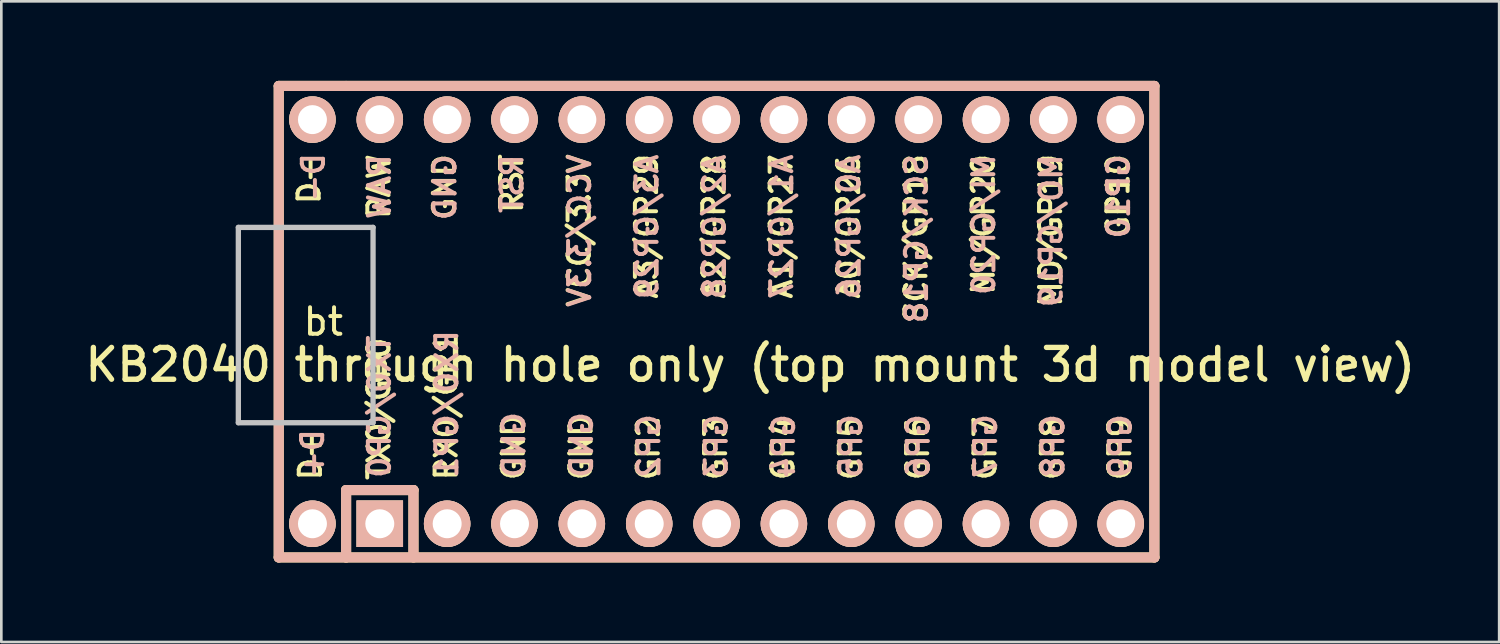
<source format=kicad_pcb>
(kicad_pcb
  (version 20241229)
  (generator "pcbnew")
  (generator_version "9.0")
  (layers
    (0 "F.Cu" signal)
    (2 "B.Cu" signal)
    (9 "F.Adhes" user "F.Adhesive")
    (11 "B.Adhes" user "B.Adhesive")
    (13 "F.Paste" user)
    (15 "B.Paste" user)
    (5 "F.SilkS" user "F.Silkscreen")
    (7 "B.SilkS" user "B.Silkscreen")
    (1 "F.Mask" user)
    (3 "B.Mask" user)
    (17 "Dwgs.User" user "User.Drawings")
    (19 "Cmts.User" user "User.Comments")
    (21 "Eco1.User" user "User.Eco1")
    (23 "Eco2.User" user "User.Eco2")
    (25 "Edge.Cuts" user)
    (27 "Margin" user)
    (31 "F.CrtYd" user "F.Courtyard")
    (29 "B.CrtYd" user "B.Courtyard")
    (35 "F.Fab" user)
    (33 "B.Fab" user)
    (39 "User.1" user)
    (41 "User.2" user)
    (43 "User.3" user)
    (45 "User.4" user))
  (footprint "KB2040 through hole only (top mount 3d model view)"
    (layer "F.Cu")
    (at 25.242 9.081)
    (property "Reference" "KB2040 through hole only (top mount 3d model view)" (at 0 1.625 0) (layer "F.SilkS") (effects (font (size 1.2 1.2) (thickness 0.203))))
    (attr through_hole)
    (fp_line (start -17.78 -8.89) (end -17.78 8.89) (stroke (width 0.381) (type solid)) (layer "F.SilkS"))
    (fp_line (start -17.78 8.89) (end -15.24 8.89) (stroke (width 0.381) (type solid)) (layer "F.SilkS"))
    (fp_line (start -15.24 -8.89) (end -17.78 -8.89) (stroke (width 0.381) (type solid)) (layer "F.SilkS"))
    (fp_line (start -15.24 6.35) (end -15.24 8.89) (stroke (width 0.381) (type solid)) (layer "F.SilkS"))
    (fp_line (start -15.24 6.35) (end -12.7 6.35) (stroke (width 0.381) (type solid)) (layer "F.SilkS"))
    (fp_line (start -15.24 8.89) (end 15.24 8.89) (stroke (width 0.381) (type solid)) (layer "F.SilkS"))
    (fp_line (start -12.7 6.35) (end -12.7 8.89) (stroke (width 0.381) (type solid)) (layer "F.SilkS"))
    (fp_line (start 15.24 -8.89) (end -15.24 -8.89) (stroke (width 0.381) (type solid)) (layer "F.SilkS"))
    (fp_line (start 15.24 8.89) (end 15.24 -8.89) (stroke (width 0.381) (type solid)) (layer "F.SilkS"))
    (fp_line (start -17.78 -8.89) (end -17.78 8.89) (stroke (width 0.381) (type solid)) (layer "B.SilkS"))
    (fp_line (start -17.78 8.89) (end 15.24 8.89) (stroke (width 0.381) (type solid)) (layer "B.SilkS"))
    (fp_line (start -15.24 6.35) (end -15.24 8.89) (stroke (width 0.381) (type solid)) (layer "B.SilkS"))
    (fp_line (start -12.7 6.35) (end -15.24 6.35) (stroke (width 0.381) (type solid)) (layer "B.SilkS"))
    (fp_line (start -12.7 6.35) (end -12.7 8.89) (stroke (width 0.381) (type solid)) (layer "B.SilkS"))
    (fp_line (start 15.24 -8.89) (end -17.78 -8.89) (stroke (width 0.381) (type solid)) (layer "B.SilkS"))
    (fp_line (start 15.24 8.89) (end 15.24 -8.89) (stroke (width 0.381) (type solid)) (layer "B.SilkS"))
    (fp_line (start -19.304 -3.556) (end -14.224 -3.556) (stroke (width 0.2) (type solid)) (layer "Dwgs.User"))
    (fp_line (start -19.304 3.81) (end -19.304 -3.556) (stroke (width 0.2) (type solid)) (layer "Dwgs.User"))
    (fp_line (start -14.224 -3.556) (end -14.224 3.81) (stroke (width 0.2) (type solid)) (layer "Dwgs.User"))
    (fp_line (start -14.224 3.81) (end -19.304 3.81) (stroke (width 0.2) (type solid)) (layer "Dwgs.User"))
    (fp_text user "GP6" (at 6.314 3.493 90) (layer "F.SilkS") (effects (font (size 0.8 0.8) (thickness 0.15)) (justify right)))
    (fp_text user "GP4" (at 1.234 3.493 90) (layer "F.SilkS") (effects (font (size 0.8 0.8) (thickness 0.15)) (justify right)))
    (fp_text user "GP10" (at 13.868 -3.076 90) (layer "F.SilkS") (effects (font (size 0.8 0.8) (thickness 0.15)) (justify left)))
    (fp_text user "GP2" (at -3.846 3.493 90) (layer "F.SilkS") (effects (font (size 0.8 0.8) (thickness 0.15)) (justify right)))
    (fp_text user "VCC/3.3V" (at -6.452 -0.486 90) (layer "F.SilkS") (effects (font (size 0.8 0.8) (thickness 0.15)) (justify left)))
    (fp_text user "GP8" (at 11.394 3.493 90) (layer "F.SilkS") (effects (font (size 0.8 0.8) (thickness 0.15)) (justify right)))
    (fp_text user "A0/GP26" (at 3.708 -0.79 90) (layer "F.SilkS") (effects (font (size 0.8 0.8) (thickness 0.15)) (justify left)))
    (fp_text user "MO/GP19" (at 11.328 -0.486 90) (layer "F.SilkS") (effects (font (size 0.8 0.8) (thickness 0.15)) (justify left)))
    (fp_text user "A1/GP27" (at 1.168 -0.79 90) (layer "F.SilkS") (effects (font (size 0.8 0.8) (thickness 0.15)) (justify left)))
    (fp_text user "RX0/GP1" (at -11.466 0.331 90) (layer "F.SilkS") (effects (font (size 0.8 0.8) (thickness 0.15)) (justify right)))
    (fp_text user "D+" (at -16.589 4.064 90) (layer "F.SilkS") (effects (font (size 0.8 0.8) (thickness 0.15)) (justify right)))
    (fp_text user "GP7" (at 8.854 3.493 90) (layer "F.SilkS") (effects (font (size 0.8 0.8) (thickness 0.15)) (justify right)))
    (fp_text user "D-" (at -16.637 -6.35 90) (layer "F.SilkS") (effects (font (size 0.8 0.8) (thickness 0.15)) (justify right)))
    (fp_text user "RST" (at -9 -4.029 90) (layer "F.SilkS") (effects (font (size 0.8 0.8) (thickness 0.15)) (justify left)))
    (fp_text user "bt" (at -16.1 0 0) (unlocked yes) (layer "F.SilkS") (effects (font (size 1 1) (thickness 0.15))))
    (fp_text user "SCK/GP18" (at 6.248 0.124 90) (layer "F.SilkS") (effects (font (size 0.8 0.8) (thickness 0.15)) (justify left)))
    (fp_text user "MI/GP20" (at 8.788 -0.943 90) (layer "F.SilkS") (effects (font (size 0.8 0.8) (thickness 0.15)) (justify left)))
    (fp_text user "GP9" (at 13.934 3.493 90) (layer "F.SilkS") (effects (font (size 0.8 0.8) (thickness 0.15)) (justify right)))
    (fp_text user "GND" (at -8.936 3.416 90) (layer "F.SilkS") (effects (font (size 0.8 0.8) (thickness 0.15)) (justify right)))
    (fp_text user "GP5" (at 3.774 3.493 90) (layer "F.SilkS") (effects (font (size 0.8 0.8) (thickness 0.15)) (justify right)))
    (fp_text user "A2/GP28" (at -1.372 -0.79 90) (layer "F.SilkS") (effects (font (size 0.8 0.8) (thickness 0.15)) (justify left)))
    (fp_text user "A3/GP29" (at -3.912 -0.79 90) (layer "F.SilkS") (effects (font (size 0.8 0.8) (thickness 0.15)) (justify left)))
    (fp_text user "GND" (at -6.386 3.416 90) (layer "F.SilkS") (effects (font (size 0.8 0.8) (thickness 0.15)) (justify right)))
    (fp_text user "GP3" (at -1.306 3.493 90) (layer "F.SilkS") (effects (font (size 0.8 0.8) (thickness 0.15)) (justify right)))
    (fp_text user "TX0/GP0" (at -14.006 0.521 90) (layer "F.SilkS") (effects (font (size 0.8 0.8) (thickness 0.15)) (justify right)))
    (fp_text user "RAW" (at -14.002 -3.8 90) (layer "F.SilkS") (effects (font (size 0.8 0.8) (thickness 0.15)) (justify left)))
    (fp_text user "GND" (at -11.532 -3.762 90) (layer "F.SilkS") (effects (font (size 0.8 0.8) (thickness 0.15)) (justify left)))
    (fp_text user "GP10" (at 13.888 -6.385 270) (layer "B.SilkS") (effects (font (size 0.8 0.8) (thickness 0.15)) (justify left mirror)))
    (fp_text user "A0/GP26" (at 3.728 -6.385 270) (layer "B.SilkS") (effects (font (size 0.8 0.8) (thickness 0.15)) (justify left mirror)))
    (fp_text user "RX0/GP1" (at -11.442 5.969 270) (layer "B.SilkS") (effects (font (size 0.8 0.8) (thickness 0.15)) (justify right mirror)))
    (fp_text user "RAW" (at -13.982 -6.385 270) (layer "B.SilkS") (effects (font (size 0.8 0.8) (thickness 0.15)) (justify left mirror)))
    (fp_text user "A1/GP27" (at 1.188 -6.385 270) (layer "B.SilkS") (effects (font (size 0.8 0.8) (thickness 0.15)) (justify left mirror)))
    (fp_text user "GND" (at -6.362 5.969 270) (layer "B.SilkS") (effects (font (size 0.8 0.8) (thickness 0.15)) (justify right mirror)))
    (fp_text user "SCK/GP18" (at 6.268 -6.385 270) (layer "B.SilkS") (effects (font (size 0.8 0.8) (thickness 0.15)) (justify left mirror)))
    (fp_text user "GP6" (at 6.338 5.969 270) (layer "B.SilkS") (effects (font (size 0.8 0.8) (thickness 0.15)) (justify right mirror)))
    (fp_text user "A3/GP29" (at -3.892 -6.385 270) (layer "B.SilkS") (effects (font (size 0.8 0.8) (thickness 0.15)) (justify left mirror)))
    (fp_text user "A2/GP28" (at -1.352 -6.385 270) (layer "B.SilkS") (effects (font (size 0.8 0.8) (thickness 0.15)) (justify left mirror)))
    (fp_text user "TX0/GP0" (at -13.982 5.969 270) (layer "B.SilkS") (effects (font (size 0.8 0.8) (thickness 0.15)) (justify right mirror)))
    (fp_text user "GP9" (at 13.958 5.969 270) (layer "B.SilkS") (effects (font (size 0.8 0.8) (thickness 0.15)) (justify right mirror)))
    (fp_text user "VCC/3.3V" (at -6.432 -6.385 270) (layer "B.SilkS") (effects (font (size 0.8 0.8) (thickness 0.15)) (justify left mirror)))
    (fp_text user "GP8" (at 11.418 5.969 270) (layer "B.SilkS") (effects (font (size 0.8 0.8) (thickness 0.15)) (justify right mirror)))
    (fp_text user "GP7" (at 8.878 5.969 270) (layer "B.SilkS") (effects (font (size 0.8 0.8) (thickness 0.15)) (justify right mirror)))
    (fp_text user "RST" (at -8.981 -6.385 270) (layer "B.SilkS") (effects (font (size 0.8 0.8) (thickness 0.15)) (justify left mirror)))
    (fp_text user "D+" (at -16.503 5.969 270) (layer "B.SilkS") (effects (font (size 0.8 0.8) (thickness 0.15)) (justify right mirror)))
    (fp_text user "GND" (at -8.912 5.969 270) (layer "B.SilkS") (effects (font (size 0.8 0.8) (thickness 0.15)) (justify right mirror)))
    (fp_text user "GP5" (at 3.798 5.969 270) (layer "B.SilkS") (effects (font (size 0.8 0.8) (thickness 0.15)) (justify right mirror)))
    (fp_text user "D-" (at -16.474 -4.445 270) (layer "B.SilkS") (effects (font (size 0.8 0.8) (thickness 0.15)) (justify right mirror)))
    (fp_text user "MI/GP20" (at 8.808 -6.385 270) (layer "B.SilkS") (effects (font (size 0.8 0.8) (thickness 0.15)) (justify left mirror)))
    (fp_text user "GP2" (at -3.822 5.969 270) (layer "B.SilkS") (effects (font (size 0.8 0.8) (thickness 0.15)) (justify right mirror)))
    (fp_text user "GP3" (at -1.282 5.969 270) (layer "B.SilkS") (effects (font (size 0.8 0.8) (thickness 0.15)) (justify right mirror)))
    (fp_text user "MO/GP19" (at 11.348 -6.385 270) (layer "B.SilkS") (effects (font (size 0.8 0.8) (thickness 0.15)) (justify left mirror)))
    (fp_text user "GP4" (at 1.258 5.969 270) (layer "B.SilkS") (effects (font (size 0.8 0.8) (thickness 0.15)) (justify right mirror)))
    (fp_text user "GND" (at -11.512 -6.385 270) (layer "B.SilkS") (effects (font (size 0.8 0.8) (thickness 0.15)) (justify left mirror)))
    (pad "0" thru_hole circle (at -16.51 7.62) (size 1.753 1.753) (drill 1.092) (layers "*.Cu" "*.SilkS" "*.Mask"))
    (pad "1" thru_hole rect (at -13.97 7.62) (size 1.753 1.753) (drill 1.092) (layers "*.Cu" "*.SilkS" "*.Mask"))
    (pad "2" thru_hole circle (at -11.43 7.62) (size 1.753 1.753) (drill 1.092) (layers "*.Cu" "*.SilkS" "*.Mask"))
    (pad "3" thru_hole circle (at -8.89 7.62) (size 1.753 1.753) (drill 1.092) (layers "*.Cu" "*.SilkS" "*.Mask"))
    (pad "4" thru_hole circle (at -6.35 7.62) (size 1.753 1.753) (drill 1.092) (layers "*.Cu" "*.SilkS" "*.Mask"))
    (pad "5" thru_hole circle (at -3.81 7.62) (size 1.753 1.753) (drill 1.092) (layers "*.Cu" "*.SilkS" "*.Mask"))
    (pad "6" thru_hole circle (at -1.27 7.62) (size 1.753 1.753) (drill 1.092) (layers "*.Cu" "*.SilkS" "*.Mask"))
    (pad "7" thru_hole circle (at 1.27 7.62) (size 1.753 1.753) (drill 1.092) (layers "*.Cu" "*.SilkS" "*.Mask"))
    (pad "8" thru_hole circle (at 3.81 7.62) (size 1.753 1.753) (drill 1.092) (layers "*.Cu" "*.SilkS" "*.Mask"))
    (pad "9" thru_hole circle (at 6.35 7.62) (size 1.753 1.753) (drill 1.092) (layers "*.Cu" "*.SilkS" "*.Mask"))
    (pad "10" thru_hole circle (at 8.89 7.62) (size 1.753 1.753) (drill 1.092) (layers "*.Cu" "*.SilkS" "*.Mask"))
    (pad "11" thru_hole circle (at 11.43 7.62) (size 1.753 1.753) (drill 1.092) (layers "*.Cu" "*.SilkS" "*.Mask"))
    (pad "12" thru_hole circle (at 13.97 7.62) (size 1.753 1.753) (drill 1.092) (layers "*.Cu" "*.SilkS" "*.Mask"))
    (pad "13" thru_hole circle (at 13.97 -7.62) (size 1.753 1.753) (drill 1.092) (layers "*.Cu" "*.SilkS" "*.Mask"))
    (pad "14" thru_hole circle (at 11.43 -7.62) (size 1.753 1.753) (drill 1.092) (layers "*.Cu" "*.SilkS" "*.Mask"))
    (pad "15" thru_hole circle (at 8.89 -7.62) (size 1.753 1.753) (drill 1.092) (layers "*.Cu" "*.SilkS" "*.Mask"))
    (pad "16" thru_hole circle (at 6.35 -7.62) (size 1.753 1.753) (drill 1.092) (layers "*.Cu" "*.SilkS" "*.Mask"))
    (pad "17" thru_hole circle (at 3.81 -7.62) (size 1.753 1.753) (drill 1.092) (layers "*.Cu" "*.SilkS" "*.Mask"))
    (pad "18" thru_hole circle (at 1.27 -7.62) (size 1.753 1.753) (drill 1.092) (layers "*.Cu" "*.SilkS" "*.Mask"))
    (pad "19" thru_hole circle (at -1.27 -7.62) (size 1.753 1.753) (drill 1.092) (layers "*.Cu" "*.SilkS" "*.Mask"))
    (pad "20" thru_hole circle (at -3.81 -7.62) (size 1.753 1.753) (drill 1.092) (layers "*.Cu" "*.SilkS" "*.Mask"))
    (pad "21" thru_hole circle (at -6.35 -7.62) (size 1.753 1.753) (drill 1.092) (layers "*.Cu" "*.SilkS" "*.Mask"))
    (pad "22" thru_hole circle (at -8.89 -7.62) (size 1.753 1.753) (drill 1.092) (layers "*.Cu" "*.SilkS" "*.Mask"))
    (pad "23" thru_hole circle (at -11.43 -7.62) (size 1.753 1.753) (drill 1.092) (layers "*.Cu" "*.SilkS" "*.Mask"))
    (pad "24" thru_hole circle (at -13.97 -7.62) (size 1.753 1.753) (drill 1.092) (layers "*.Cu" "*.SilkS" "*.Mask"))
    (pad "25" thru_hole circle (at -16.51 -7.62) (size 1.753 1.753) (drill 1.092) (layers "*.Cu" "*.SilkS" "*.Mask")))
  (gr_rect
    (start -3 -3)
    (end 53.484 21.161)
    (stroke (width 0.1) (type default))
    (fill no)
    (layer "Edge.Cuts")))
</source>
